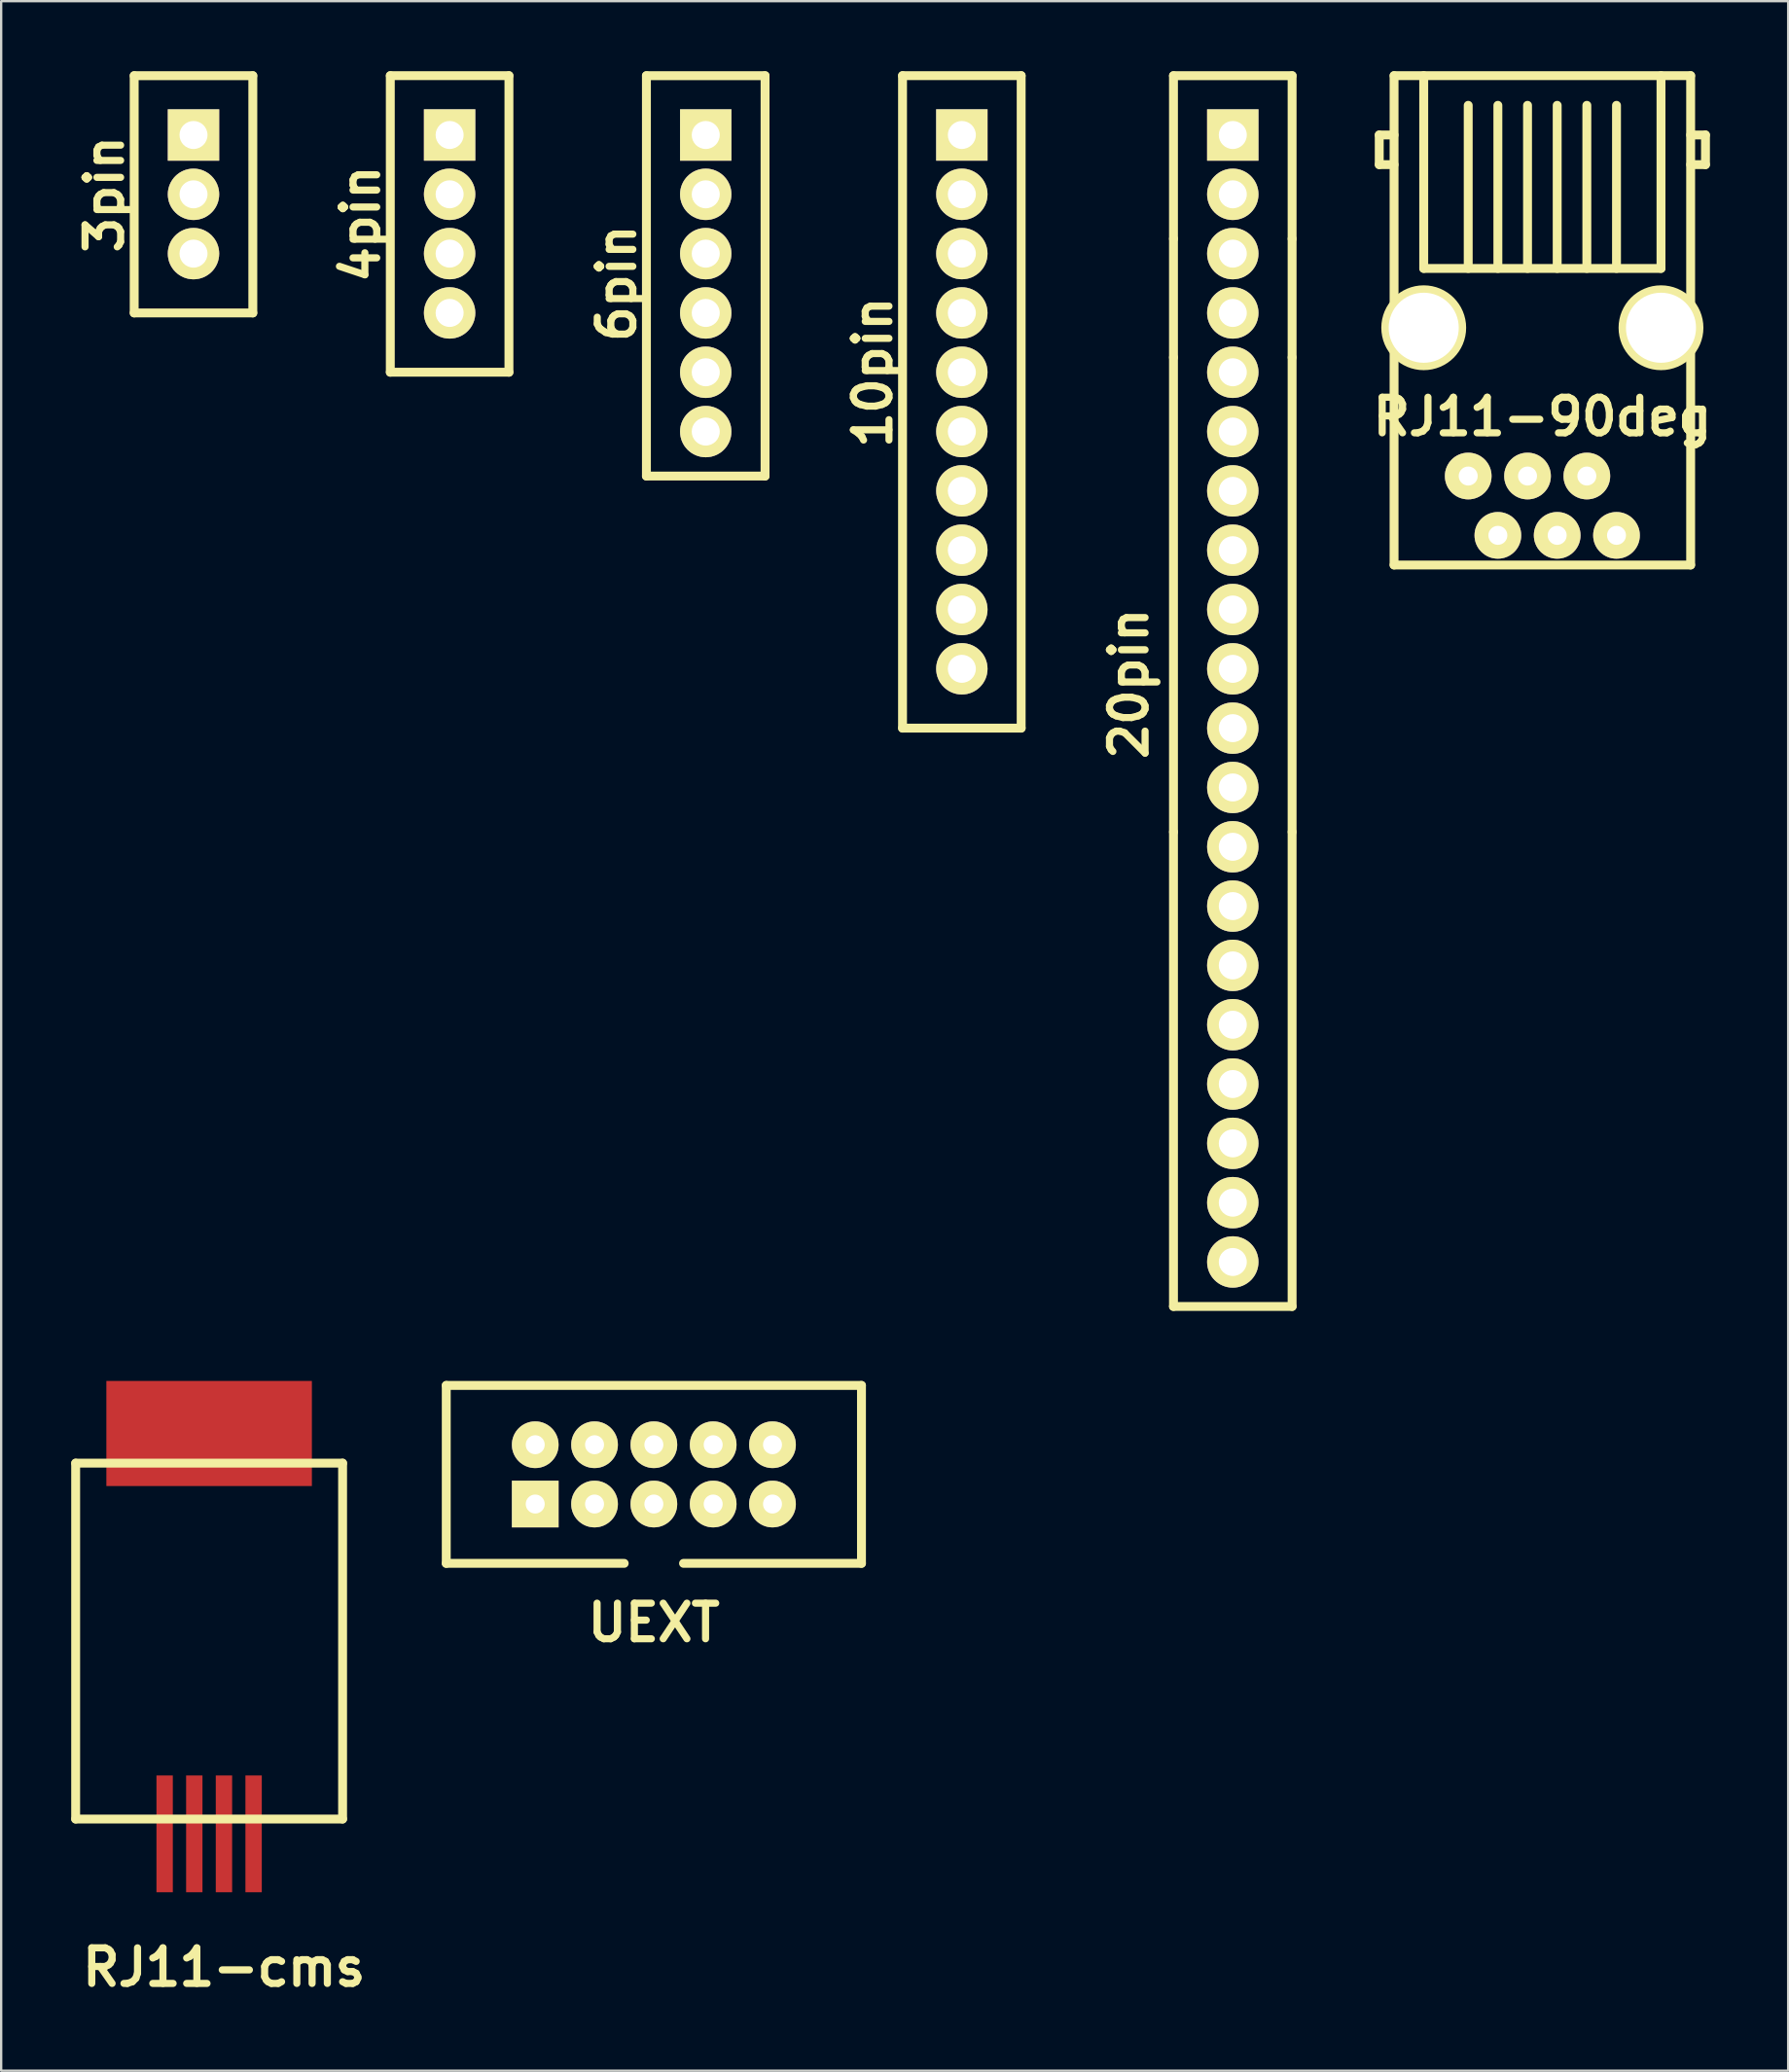
<source format=kicad_pcb>
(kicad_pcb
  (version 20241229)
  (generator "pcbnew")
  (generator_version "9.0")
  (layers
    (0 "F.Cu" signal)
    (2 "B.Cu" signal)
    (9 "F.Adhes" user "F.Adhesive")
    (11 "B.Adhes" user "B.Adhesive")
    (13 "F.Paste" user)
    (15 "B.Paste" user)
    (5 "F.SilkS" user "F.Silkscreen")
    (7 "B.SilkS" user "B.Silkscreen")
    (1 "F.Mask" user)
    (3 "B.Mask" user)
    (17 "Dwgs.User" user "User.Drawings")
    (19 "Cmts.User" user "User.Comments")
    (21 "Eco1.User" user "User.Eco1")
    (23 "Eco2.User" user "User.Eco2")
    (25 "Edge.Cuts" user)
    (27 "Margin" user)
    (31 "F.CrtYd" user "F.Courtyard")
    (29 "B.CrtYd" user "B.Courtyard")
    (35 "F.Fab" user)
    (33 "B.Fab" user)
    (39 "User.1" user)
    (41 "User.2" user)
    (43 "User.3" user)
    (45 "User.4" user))
  (footprint "RJ11-cms"
    (layer "F.Cu")
    (at 5.905 78.021)
    (property "Reference" "RJ11-cms" (at 0.635 3.175 0) (layer "F.SilkS") (effects (font (size 1.524 1.524) (thickness 0.305))))
    (attr through_hole)
    (fp_line (start -5.715 -18.415) (end 5.715 -18.415) (stroke (width 0.381) (type solid)) (layer "F.SilkS"))
    (fp_line (start -5.715 -3.175) (end -5.715 -18.415) (stroke (width 0.381) (type solid)) (layer "F.SilkS"))
    (fp_line (start -5.715 -3.175) (end 5.715 -3.175) (stroke (width 0.381) (type solid)) (layer "F.SilkS"))
    (fp_line (start 5.715 -18.415) (end 5.715 -3.175) (stroke (width 0.381) (type solid)) (layer "F.SilkS"))
    (pad "1" smd rect (at -1.905 -2.54) (size 0.701 5.001) (layers "F.Cu" "F.Mask" "F.Paste"))
    (pad "2" smd rect (at -0.635 -2.54) (size 0.701 5.001) (layers "F.Cu" "F.Mask" "F.Paste"))
    (pad "3" smd rect (at 0.635 -2.54) (size 0.701 5.001) (layers "F.Cu" "F.Mask" "F.Paste"))
    (pad "4" smd rect (at 1.905 -2.54) (size 0.701 5.001) (layers "F.Cu" "F.Mask" "F.Paste"))
    (pad "5" smd rect (at 0 -19.685) (size 8.801 4.501) (layers "F.Cu" "F.Mask" "F.Paste")))
  (footprint "UEXT"
    (layer "F.Cu")
    (at 24.949 63.897)
    (property "Reference" "UEXT" (at 0 2.54 0) (layer "F.SilkS") (effects (font (size 1.524 1.524) (thickness 0.305))))
    (attr through_hole)
    (fp_line (start -8.89 -7.62) (end 8.89 -7.62) (stroke (width 0.381) (type solid)) (layer "F.SilkS"))
    (fp_line (start -8.89 0) (end -8.89 -7.62) (stroke (width 0.381) (type solid)) (layer "F.SilkS"))
    (fp_line (start -1.27 0) (end -8.89 0) (stroke (width 0.381) (type solid)) (layer "F.SilkS"))
    (fp_line (start 8.89 -7.62) (end 8.89 0) (stroke (width 0.381) (type solid)) (layer "F.SilkS"))
    (fp_line (start 8.89 0) (end 1.27 0) (stroke (width 0.381) (type solid)) (layer "F.SilkS"))
    (pad "1" thru_hole rect (at -5.08 -2.54) (size 1.999 1.999) (drill 0.813) (layers "*.Cu" "*.Mask" "F.SilkS"))
    (pad "2" thru_hole circle (at -5.08 -5.08) (size 1.999 1.999) (drill 0.813) (layers "*.Cu" "*.Mask" "F.SilkS"))
    (pad "3" thru_hole circle (at -2.54 -2.54) (size 1.999 1.999) (drill 0.813) (layers "*.Cu" "*.Mask" "F.SilkS"))
    (pad "4" thru_hole circle (at -2.54 -5.08) (size 1.999 1.999) (drill 0.813) (layers "*.Cu" "*.Mask" "F.SilkS"))
    (pad "5" thru_hole circle (at 0 -2.54) (size 1.999 1.999) (drill 0.813) (layers "*.Cu" "*.Mask" "F.SilkS"))
    (pad "6" thru_hole circle (at 0 -5.08) (size 1.999 1.999) (drill 0.813) (layers "*.Cu" "*.Mask" "F.SilkS"))
    (pad "7" thru_hole circle (at 2.54 -2.54) (size 1.999 1.999) (drill 0.813) (layers "*.Cu" "*.Mask" "F.SilkS"))
    (pad "8" thru_hole circle (at 2.54 -5.08) (size 1.999 1.999) (drill 0.813) (layers "*.Cu" "*.Mask" "F.SilkS"))
    (pad "9" thru_hole circle (at 5.08 -2.54) (size 1.999 1.999) (drill 0.813) (layers "*.Cu" "*.Mask" "F.SilkS"))
    (pad "10" thru_hole circle (at 5.08 -5.08) (size 1.999 1.999) (drill 0.813) (layers "*.Cu" "*.Mask" "F.SilkS")))
  (footprint "3pin"
    (layer "F.Cu")
    (at 5.236 5.271)
    (property "Reference" "3pin" (at -3.81 0 90) (layer "F.SilkS") (effects (font (size 1.524 1.524) (thickness 0.305))))
    (attr through_hole)
    (fp_line (start -2.54 -5.08) (end -2.54 5.08) (stroke (width 0.381) (type solid)) (layer "F.SilkS"))
    (fp_line (start -2.54 -5.08) (end 2.54 -5.08) (stroke (width 0.381) (type solid)) (layer "F.SilkS"))
    (fp_line (start -2.54 5.08) (end 2.54 5.08) (stroke (width 0.381) (type solid)) (layer "F.SilkS"))
    (fp_line (start 2.54 5.08) (end 2.54 -5.08) (stroke (width 0.381) (type solid)) (layer "F.SilkS"))
    (pad "1" thru_hole rect (at 0 -2.54) (size 2.2 2.2) (drill 1.199) (layers "*.Cu" "*.Mask" "F.SilkS"))
    (pad "2" thru_hole circle (at 0 0) (size 2.2 2.2) (drill 1.199) (layers "*.Cu" "*.Mask" "F.SilkS"))
    (pad "3" thru_hole circle (at 0 2.54) (size 2.2 2.2) (drill 1.199) (layers "*.Cu" "*.Mask" "F.SilkS")))
  (footprint "4pin"
    (layer "F.Cu")
    (at 16.203 6.54)
    (property "Reference" "4pin" (at -3.81 0 90) (layer "F.SilkS") (effects (font (size 1.524 1.524) (thickness 0.305))))
    (attr through_hole)
    (fp_line (start -2.54 -6.35) (end -2.54 6.35) (stroke (width 0.381) (type solid)) (layer "F.SilkS"))
    (fp_line (start -2.54 -6.35) (end 2.54 -6.35) (stroke (width 0.381) (type solid)) (layer "F.SilkS"))
    (fp_line (start -2.54 6.35) (end 2.54 6.35) (stroke (width 0.381) (type solid)) (layer "F.SilkS"))
    (fp_line (start 2.54 6.35) (end 2.54 -6.35) (stroke (width 0.381) (type solid)) (layer "F.SilkS"))
    (pad "1" thru_hole rect (at 0 -3.81) (size 2.2 2.2) (drill 1.199) (layers "*.Cu" "*.Mask" "F.SilkS"))
    (pad "2" thru_hole circle (at 0 -1.27) (size 2.2 2.2) (drill 1.199) (layers "*.Cu" "*.Mask" "F.SilkS"))
    (pad "3" thru_hole circle (at 0 1.27) (size 2.2 2.2) (drill 1.199) (layers "*.Cu" "*.Mask" "F.SilkS"))
    (pad "4" thru_hole circle (at 0 3.81) (size 2.2 2.2) (drill 1.199) (layers "*.Cu" "*.Mask" "F.SilkS")))
  (footprint "RJ11-90deg"
    (layer "F.Cu")
    (at 61.09 17.335)
    (property "Reference" "RJ11-90deg" (at 1.905 -2.54 0) (layer "F.SilkS") (effects (font (size 1.524 1.524) (thickness 0.305))))
    (attr through_hole)
    (fp_line (start -5.08 -14.605) (end -5.08 -13.335) (stroke (width 0.381) (type solid)) (layer "F.SilkS"))
    (fp_line (start -5.08 -13.335) (end -4.445 -13.335) (stroke (width 0.381) (type solid)) (layer "F.SilkS"))
    (fp_line (start -4.445 -17.145) (end -4.445 3.81) (stroke (width 0.381) (type solid)) (layer "F.SilkS"))
    (fp_line (start -4.445 -14.605) (end -5.08 -14.605) (stroke (width 0.381) (type solid)) (layer "F.SilkS"))
    (fp_line (start -4.445 3.81) (end 8.255 3.81) (stroke (width 0.381) (type solid)) (layer "F.SilkS"))
    (fp_line (start -3.175 -17.145) (end -3.175 -8.89) (stroke (width 0.381) (type solid)) (layer "F.SilkS"))
    (fp_line (start -3.175 -8.89) (end 6.985 -8.89) (stroke (width 0.381) (type solid)) (layer "F.SilkS"))
    (fp_line (start -1.27 -8.89) (end -1.27 -15.875) (stroke (width 0.381) (type solid)) (layer "F.SilkS"))
    (fp_line (start 0 -8.89) (end 0 -15.875) (stroke (width 0.381) (type solid)) (layer "F.SilkS"))
    (fp_line (start 1.27 -8.89) (end 1.27 -15.875) (stroke (width 0.381) (type solid)) (layer "F.SilkS"))
    (fp_line (start 2.54 -8.89) (end 2.54 -15.875) (stroke (width 0.381) (type solid)) (layer "F.SilkS"))
    (fp_line (start 3.81 -15.875) (end 3.81 -8.89) (stroke (width 0.381) (type solid)) (layer "F.SilkS"))
    (fp_line (start 5.08 -8.89) (end 5.08 -15.875) (stroke (width 0.381) (type solid)) (layer "F.SilkS"))
    (fp_line (start 6.985 -8.89) (end 6.985 -17.145) (stroke (width 0.381) (type solid)) (layer "F.SilkS"))
    (fp_line (start 8.255 -17.145) (end -4.445 -17.145) (stroke (width 0.381) (type solid)) (layer "F.SilkS"))
    (fp_line (start 8.255 -14.605) (end 8.89 -14.605) (stroke (width 0.381) (type solid)) (layer "F.SilkS"))
    (fp_line (start 8.255 3.81) (end 8.255 -17.145) (stroke (width 0.381) (type solid)) (layer "F.SilkS"))
    (fp_line (start 8.89 -14.605) (end 8.89 -13.335) (stroke (width 0.381) (type solid)) (layer "F.SilkS"))
    (fp_line (start 8.89 -13.335) (end 8.255 -13.335) (stroke (width 0.381) (type solid)) (layer "F.SilkS"))
    (fp_circle (center -3.175 -6.35) (end -3.175 -4.724) (stroke (width 0.381) (type solid)) (fill no) (layer "F.SilkS"))
    (fp_circle (center 6.985 -6.35) (end 6.985 -4.724) (stroke (width 0.381) (type solid)) (fill no) (layer "F.SilkS"))
    (pad "" np_thru_hole circle (at -3.175 -6.35) (size 3.251 3.251) (drill 3) (layers "*.Cu" "*.Mask" "F.SilkS"))
    (pad "" np_thru_hole circle (at 0 2.54) (size 1.999 1.999) (drill 0.813) (layers "*.Cu" "*.Mask" "F.SilkS"))
    (pad "" np_thru_hole circle (at 3.81 0) (size 1.999 1.999) (drill 0.813) (layers "*.Cu" "*.Mask" "F.SilkS"))
    (pad "" np_thru_hole circle (at 6.985 -6.35) (size 3.251 3.251) (drill 3) (layers "*.Cu" "*.Mask" "F.SilkS"))
    (pad "1" thru_hole circle (at -1.27 0) (size 1.999 1.999) (drill 0.813) (layers "*.Cu" "*.Mask" "F.SilkS"))
    (pad "2" thru_hole circle (at 2.54 2.54) (size 1.999 1.999) (drill 0.813) (layers "*.Cu" "*.Mask" "F.SilkS"))
    (pad "3" thru_hole circle (at 1.27 0) (size 1.999 1.999) (drill 0.813) (layers "*.Cu" "*.Mask" "F.SilkS"))
    (pad "4" thru_hole circle (at 5.08 2.54) (size 1.999 1.999) (drill 0.813) (layers "*.Cu" "*.Mask" "F.SilkS")))
  (footprint "10pin"
    (layer "F.Cu")
    (at 38.137 12.89)
    (property "Reference" "10pin" (at -3.81 0 90) (layer "F.SilkS") (effects (font (size 1.524 1.524) (thickness 0.305))))
    (attr through_hole)
    (fp_line (start -2.54 -12.7) (end -2.54 15.24) (stroke (width 0.381) (type solid)) (layer "F.SilkS"))
    (fp_line (start -2.54 -12.7) (end 2.54 -12.7) (stroke (width 0.381) (type solid)) (layer "F.SilkS"))
    (fp_line (start -2.54 15.24) (end 2.54 15.24) (stroke (width 0.381) (type solid)) (layer "F.SilkS"))
    (fp_line (start 2.54 15.24) (end 2.54 -12.7) (stroke (width 0.381) (type solid)) (layer "F.SilkS"))
    (pad "1" thru_hole rect (at 0 -10.16) (size 2.2 2.2) (drill 1.199) (layers "*.Cu" "*.Mask" "F.SilkS"))
    (pad "2" thru_hole circle (at 0 -7.62) (size 2.2 2.2) (drill 1.199) (layers "*.Cu" "*.Mask" "F.SilkS"))
    (pad "3" thru_hole circle (at 0 -5.08) (size 2.2 2.2) (drill 1.199) (layers "*.Cu" "*.Mask" "F.SilkS"))
    (pad "4" thru_hole circle (at 0 -2.54) (size 2.2 2.2) (drill 1.199) (layers "*.Cu" "*.Mask" "F.SilkS"))
    (pad "5" thru_hole circle (at 0 0) (size 2.2 2.2) (drill 1.199) (layers "*.Cu" "*.Mask" "F.SilkS"))
    (pad "6" thru_hole circle (at 0 2.54) (size 2.2 2.2) (drill 1.199) (layers "*.Cu" "*.Mask" "F.SilkS"))
    (pad "7" thru_hole circle (at 0 5.08) (size 2.2 2.2) (drill 1.199) (layers "*.Cu" "*.Mask" "F.SilkS"))
    (pad "8" thru_hole circle (at 0 7.62) (size 2.2 2.2) (drill 1.199) (layers "*.Cu" "*.Mask" "F.SilkS"))
    (pad "9" thru_hole circle (at 0 10.16) (size 2.2 2.2) (drill 1.199) (layers "*.Cu" "*.Mask" "F.SilkS"))
    (pad "10" thru_hole circle (at 0 12.7) (size 2.2 2.2) (drill 1.199) (layers "*.Cu" "*.Mask" "F.SilkS")))
  (footprint "6pin"
    (layer "F.Cu")
    (at 27.17 9.081)
    (property "Reference" "6pin" (at -3.81 0 90) (layer "F.SilkS") (effects (font (size 1.524 1.524) (thickness 0.305))))
    (attr through_hole)
    (fp_line (start -2.54 -8.89) (end -2.54 8.255) (stroke (width 0.381) (type solid)) (layer "F.SilkS"))
    (fp_line (start -2.54 -8.89) (end 2.54 -8.89) (stroke (width 0.381) (type solid)) (layer "F.SilkS"))
    (fp_line (start -2.54 8.255) (end 2.54 8.255) (stroke (width 0.381) (type solid)) (layer "F.SilkS"))
    (fp_line (start 2.54 -8.89) (end 2.54 8.255) (stroke (width 0.381) (type solid)) (layer "F.SilkS"))
    (pad "1" thru_hole rect (at 0 -6.35) (size 2.2 2.2) (drill 1.199) (layers "*.Cu" "*.Mask" "F.SilkS"))
    (pad "2" thru_hole circle (at 0 -3.81) (size 2.2 2.2) (drill 1.199) (layers "*.Cu" "*.Mask" "F.SilkS"))
    (pad "3" thru_hole circle (at 0 -1.27) (size 2.2 2.2) (drill 1.199) (layers "*.Cu" "*.Mask" "F.SilkS"))
    (pad "4" thru_hole circle (at 0 1.27) (size 2.2 2.2) (drill 1.199) (layers "*.Cu" "*.Mask" "F.SilkS"))
    (pad "5" thru_hole circle (at 0 3.81) (size 2.2 2.2) (drill 1.199) (layers "*.Cu" "*.Mask" "F.SilkS"))
    (pad "6" thru_hole circle (at 0 6.35) (size 2.2 2.2) (drill 1.199) (layers "*.Cu" "*.Mask" "F.SilkS")))
  (footprint "20pin"
    (layer "F.Cu")
    (at 49.739 2.731)
    (property "Reference" "20pin" (at -4.445 23.495 90) (layer "F.SilkS") (effects (font (size 1.524 1.524) (thickness 0.305))))
    (attr through_hole)
    (fp_line (start -2.54 -2.54) (end -2.54 4.445) (stroke (width 0.381) (type solid)) (layer "F.SilkS"))
    (fp_line (start -2.54 -2.54) (end 2.54 -2.54) (stroke (width 0.381) (type solid)) (layer "F.SilkS"))
    (fp_line (start -2.54 4.445) (end -2.54 9.525) (stroke (width 0.381) (type solid)) (layer "F.SilkS"))
    (fp_line (start -2.54 9.525) (end -2.54 29.845) (stroke (width 0.381) (type solid)) (layer "F.SilkS"))
    (fp_line (start -2.54 29.845) (end -2.54 50.165) (stroke (width 0.381) (type solid)) (layer "F.SilkS"))
    (fp_line (start -2.54 50.165) (end 2.54 50.165) (stroke (width 0.381) (type solid)) (layer "F.SilkS"))
    (fp_line (start 2.54 4.445) (end 2.54 -2.54) (stroke (width 0.381) (type solid)) (layer "F.SilkS"))
    (fp_line (start 2.54 4.445) (end 2.54 9.525) (stroke (width 0.381) (type solid)) (layer "F.SilkS"))
    (fp_line (start 2.54 29.845) (end 2.54 9.525) (stroke (width 0.381) (type solid)) (layer "F.SilkS"))
    (fp_line (start 2.54 50.165) (end 2.54 29.845) (stroke (width 0.381) (type solid)) (layer "F.SilkS"))
    (pad "1" thru_hole rect (at 0 0) (size 2.2 2.2) (drill 1.199) (layers "*.Cu" "*.Mask" "F.SilkS"))
    (pad "2" thru_hole circle (at 0 2.54) (size 2.2 2.2) (drill 1.199) (layers "*.Cu" "*.Mask" "F.SilkS"))
    (pad "3" thru_hole circle (at 0 5.08) (size 2.2 2.2) (drill 1.199) (layers "*.Cu" "*.Mask" "F.SilkS"))
    (pad "4" thru_hole circle (at 0 7.62) (size 2.2 2.2) (drill 1.199) (layers "*.Cu" "*.Mask" "F.SilkS"))
    (pad "5" thru_hole circle (at 0 10.16) (size 2.2 2.2) (drill 1.199) (layers "*.Cu" "*.Mask" "F.SilkS"))
    (pad "6" thru_hole circle (at 0 12.7) (size 2.2 2.2) (drill 1.199) (layers "*.Cu" "*.Mask" "F.SilkS"))
    (pad "7" thru_hole circle (at 0 15.24) (size 2.2 2.2) (drill 1.199) (layers "*.Cu" "*.Mask" "F.SilkS"))
    (pad "8" thru_hole circle (at 0 17.78) (size 2.2 2.2) (drill 1.199) (layers "*.Cu" "*.Mask" "F.SilkS"))
    (pad "9" thru_hole circle (at 0 20.32) (size 2.2 2.2) (drill 1.199) (layers "*.Cu" "*.Mask" "F.SilkS"))
    (pad "10" thru_hole circle (at 0 22.86) (size 2.2 2.2) (drill 1.199) (layers "*.Cu" "*.Mask" "F.SilkS"))
    (pad "11" thru_hole circle (at 0 25.4) (size 2.2 2.2) (drill 1.199) (layers "*.Cu" "*.Mask" "F.SilkS"))
    (pad "12" thru_hole circle (at 0 27.94) (size 2.2 2.2) (drill 1.199) (layers "*.Cu" "*.Mask" "F.SilkS"))
    (pad "13" thru_hole circle (at 0 30.48) (size 2.2 2.2) (drill 1.199) (layers "*.Cu" "*.Mask" "F.SilkS"))
    (pad "14" thru_hole circle (at 0 33.02) (size 2.2 2.2) (drill 1.199) (layers "*.Cu" "*.Mask" "F.SilkS"))
    (pad "15" thru_hole circle (at 0 35.56) (size 2.2 2.2) (drill 1.199) (layers "*.Cu" "*.Mask" "F.SilkS"))
    (pad "16" thru_hole circle (at 0 38.1) (size 2.2 2.2) (drill 1.199) (layers "*.Cu" "*.Mask" "F.SilkS"))
    (pad "17" thru_hole circle (at 0 40.64) (size 2.2 2.2) (drill 1.199) (layers "*.Cu" "*.Mask" "F.SilkS"))
    (pad "18" thru_hole circle (at 0 43.18) (size 2.2 2.2) (drill 1.199) (layers "*.Cu" "*.Mask" "F.SilkS"))
    (pad "19" thru_hole circle (at 0 45.72) (size 2.2 2.2) (drill 1.199) (layers "*.Cu" "*.Mask" "F.SilkS"))
    (pad "20" thru_hole circle (at 0 48.26) (size 2.2 2.2) (drill 1.199) (layers "*.Cu" "*.Mask" "F.SilkS")))
  (gr_rect
    (start -3 -3)
    (end 73.521 85.623)
    (stroke (width 0.1) (type default))
    (fill no)
    (layer "Edge.Cuts")))
</source>
